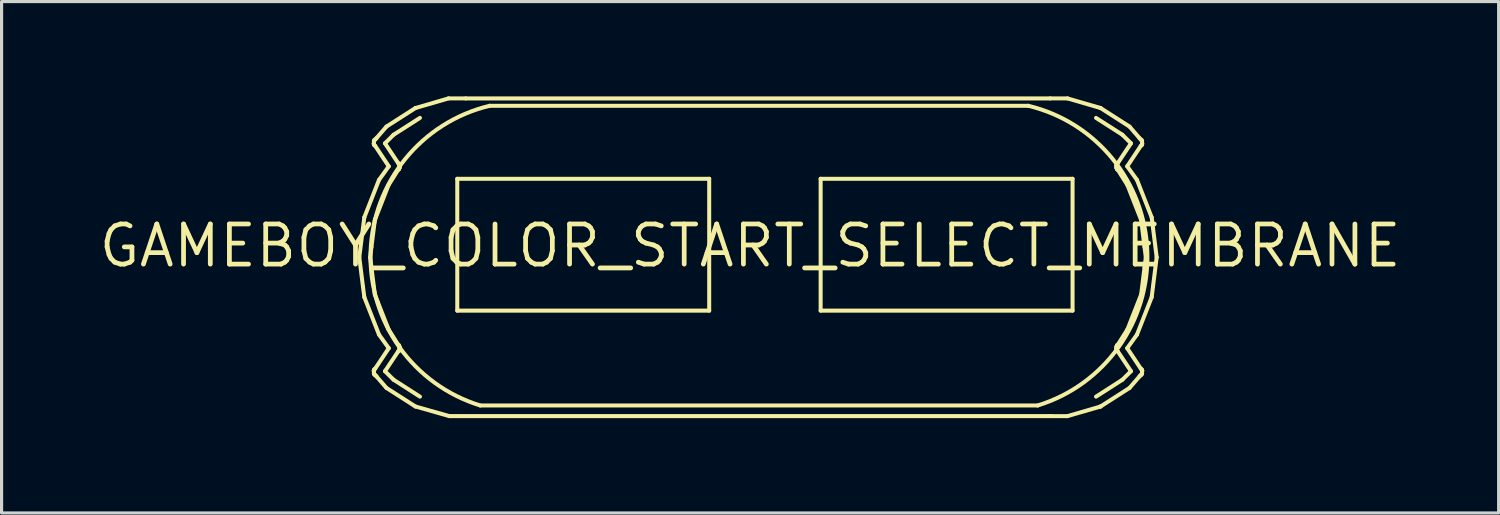
<source format=kicad_pcb>
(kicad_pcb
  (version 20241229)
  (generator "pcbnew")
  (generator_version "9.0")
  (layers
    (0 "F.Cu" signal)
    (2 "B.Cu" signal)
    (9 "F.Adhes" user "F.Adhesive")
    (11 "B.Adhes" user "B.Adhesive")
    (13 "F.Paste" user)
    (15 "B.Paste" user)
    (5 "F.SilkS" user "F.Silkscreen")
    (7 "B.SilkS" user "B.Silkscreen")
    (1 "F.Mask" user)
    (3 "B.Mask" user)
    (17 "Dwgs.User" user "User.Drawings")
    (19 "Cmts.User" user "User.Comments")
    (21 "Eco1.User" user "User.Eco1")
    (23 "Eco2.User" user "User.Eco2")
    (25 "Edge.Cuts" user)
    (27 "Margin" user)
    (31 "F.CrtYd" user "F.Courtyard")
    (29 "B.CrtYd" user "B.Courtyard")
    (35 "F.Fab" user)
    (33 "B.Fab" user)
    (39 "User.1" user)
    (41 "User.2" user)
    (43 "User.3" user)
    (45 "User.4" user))
  (footprint "GAMEBOY_COLOR_START_SELECT_MEMBRANE"
    (layer "F.Cu")
    (at 20.69 4.729)
    (property "Reference" "GAMEBOY_COLOR_START_SELECT_MEMBRANE" (at 0 0 0) (layer "F.SilkS") (effects (font (size 1.27 1.27) (thickness 0.15))))
    (fp_line (start -12.369 0.363) (end -12.253 -0.562) (stroke (width 0.127) (type solid)) (layer "F.SilkS"))
    (fp_line (start -12.253 -0.562) (end -12.21 -0.9) (stroke (width 0.127) (type solid)) (layer "F.SilkS"))
    (fp_line (start -12.253 1.288) (end -12.369 0.363) (stroke (width 0.127) (type solid)) (layer "F.SilkS"))
    (fp_line (start -12.21 -0.9) (end -11.746 -2.084) (stroke (width 0.127) (type solid)) (layer "F.SilkS"))
    (fp_line (start -12.21 1.626) (end -12.253 1.288) (stroke (width 0.127) (type solid)) (layer "F.SilkS"))
    (fp_line (start -12.025 0.363) (end -11.984 0.688) (stroke (width 0.127) (type solid)) (layer "F.SilkS"))
    (fp_line (start -11.984 0.038) (end -12.025 0.363) (stroke (width 0.127) (type solid)) (layer "F.SilkS"))
    (fp_line (start -11.984 0.688) (end -11.877 1.541) (stroke (width 0.127) (type solid)) (layer "F.SilkS"))
    (fp_line (start -11.912 -3.23) (end -11.904 -3.272) (stroke (width 0.127) (type solid)) (layer "F.SilkS"))
    (fp_line (start -11.912 3.956) (end -11.9 3.937) (stroke (width 0.127) (type solid)) (layer "F.SilkS"))
    (fp_line (start -11.907 -3.314) (end -11.892 -3.331) (stroke (width 0.127) (type solid)) (layer "F.SilkS"))
    (fp_line (start -11.907 4.04) (end -11.904 3.998) (stroke (width 0.127) (type solid)) (layer "F.SilkS"))
    (fp_line (start -11.904 -3.272) (end -11.907 -3.314) (stroke (width 0.127) (type solid)) (layer "F.SilkS"))
    (fp_line (start -11.904 3.998) (end -11.912 3.956) (stroke (width 0.127) (type solid)) (layer "F.SilkS"))
    (fp_line (start -11.9 -3.211) (end -11.912 -3.23) (stroke (width 0.127) (type solid)) (layer "F.SilkS"))
    (fp_line (start -11.9 3.937) (end -11.898 3.914) (stroke (width 0.127) (type solid)) (layer "F.SilkS"))
    (fp_line (start -11.898 -3.188) (end -11.9 -3.211) (stroke (width 0.127) (type solid)) (layer "F.SilkS"))
    (fp_line (start -11.898 3.914) (end -11.866 3.887) (stroke (width 0.127) (type solid)) (layer "F.SilkS"))
    (fp_line (start -11.892 -3.331) (end -11.888 -3.353) (stroke (width 0.127) (type solid)) (layer "F.SilkS"))
    (fp_line (start -11.892 4.057) (end -11.907 4.04) (stroke (width 0.127) (type solid)) (layer "F.SilkS"))
    (fp_line (start -11.888 -3.353) (end -11.852 -3.377) (stroke (width 0.127) (type solid)) (layer "F.SilkS"))
    (fp_line (start -11.888 4.08) (end -11.892 4.057) (stroke (width 0.127) (type solid)) (layer "F.SilkS"))
    (fp_line (start -11.877 -0.815) (end -11.984 0.038) (stroke (width 0.127) (type solid)) (layer "F.SilkS"))
    (fp_line (start -11.877 1.541) (end -11.78 1.788) (stroke (width 0.127) (type solid)) (layer "F.SilkS"))
    (fp_line (start -11.866 -3.161) (end -11.898 -3.188) (stroke (width 0.127) (type solid)) (layer "F.SilkS"))
    (fp_line (start -11.866 3.887) (end -11.436 3.241) (stroke (width 0.127) (type solid)) (layer "F.SilkS"))
    (fp_line (start -11.852 -3.377) (end -11.822 -3.412) (stroke (width 0.127) (type solid)) (layer "F.SilkS"))
    (fp_line (start -11.852 4.103) (end -11.888 4.08) (stroke (width 0.127) (type solid)) (layer "F.SilkS"))
    (fp_line (start -11.822 -3.412) (end -11.509 -3.773) (stroke (width 0.127) (type solid)) (layer "F.SilkS"))
    (fp_line (start -11.822 4.138) (end -11.852 4.103) (stroke (width 0.127) (type solid)) (layer "F.SilkS"))
    (fp_line (start -11.78 1.788) (end -11.486 2.538) (stroke (width 0.127) (type solid)) (layer "F.SilkS"))
    (fp_line (start -11.746 -2.084) (end -11.436 -2.515) (stroke (width 0.127) (type solid)) (layer "F.SilkS"))
    (fp_line (start -11.746 2.81) (end -12.21 1.626) (stroke (width 0.127) (type solid)) (layer "F.SilkS"))
    (fp_line (start -11.556 -3.243) (end -11.14 -2.619) (stroke (width 0.127) (type solid)) (layer "F.SilkS"))
    (fp_line (start -11.556 3.969) (end -11.284 4.239) (stroke (width 0.127) (type solid)) (layer "F.SilkS"))
    (fp_line (start -11.509 -3.773) (end -10.591 -4.361) (stroke (width 0.127) (type solid)) (layer "F.SilkS"))
    (fp_line (start -11.509 4.499) (end -11.822 4.138) (stroke (width 0.127) (type solid)) (layer "F.SilkS"))
    (fp_line (start -11.486 2.538) (end -11.444 2.646) (stroke (width 0.127) (type solid)) (layer "F.SilkS"))
    (fp_line (start -11.444 -1.92) (end -11.877 -0.815) (stroke (width 0.127) (type solid)) (layer "F.SilkS"))
    (fp_line (start -11.444 2.646) (end -11.14 3.129) (stroke (width 0.127) (type solid)) (layer "F.SilkS"))
    (fp_line (start -11.436 -2.515) (end -11.866 -3.161) (stroke (width 0.127) (type solid)) (layer "F.SilkS"))
    (fp_line (start -11.436 3.241) (end -11.746 2.81) (stroke (width 0.127) (type solid)) (layer "F.SilkS"))
    (fp_line (start -11.284 -3.514) (end -11.556 -3.243) (stroke (width 0.127) (type solid)) (layer "F.SilkS"))
    (fp_line (start -11.284 4.239) (end -10.449 4.774) (stroke (width 0.127) (type solid)) (layer "F.SilkS"))
    (fp_line (start -11.14 -2.403) (end -11.444 -1.92) (stroke (width 0.127) (type solid)) (layer "F.SilkS"))
    (fp_line (start -11.14 3.129) (end -11.114 3.147) (stroke (width 0.127) (type solid)) (layer "F.SilkS"))
    (fp_line (start -11.14 -2.619) (end -11.111 -2.599) (stroke (width 0.127) (type solid)) (layer "F.SilkS"))
    (fp_line (start -11.14 3.345) (end -11.556 3.969) (stroke (width 0.127) (type solid)) (layer "F.SilkS"))
    (fp_line (start -11.114 -2.42) (end -11.14 -2.403) (stroke (width 0.127) (type solid)) (layer "F.SilkS"))
    (fp_line (start -11.114 3.147) (end -11.108 3.176) (stroke (width 0.127) (type solid)) (layer "F.SilkS"))
    (fp_line (start -11.111 -2.599) (end -11.106 -2.569) (stroke (width 0.127) (type solid)) (layer "F.SilkS"))
    (fp_line (start -11.111 3.325) (end -11.14 3.345) (stroke (width 0.127) (type solid)) (layer "F.SilkS"))
    (fp_line (start -11.108 -2.45) (end -11.114 -2.42) (stroke (width 0.127) (type solid)) (layer "F.SilkS"))
    (fp_line (start -11.108 3.176) (end -11.091 3.2) (stroke (width 0.127) (type solid)) (layer "F.SilkS"))
    (fp_line (start -11.106 -2.569) (end -11.09 -2.544) (stroke (width 0.127) (type solid)) (layer "F.SilkS"))
    (fp_line (start -11.106 3.295) (end -11.111 3.325) (stroke (width 0.127) (type solid)) (layer "F.SilkS"))
    (fp_line (start -11.097 -2.509) (end -11.091 -2.474) (stroke (width 0.127) (type solid)) (layer "F.SilkS"))
    (fp_line (start -11.097 3.235) (end -11.09 3.27) (stroke (width 0.127) (type solid)) (layer "F.SilkS"))
    (fp_line (start -11.091 -2.474) (end -11.108 -2.45) (stroke (width 0.127) (type solid)) (layer "F.SilkS"))
    (fp_line (start -11.091 3.2) (end -11.097 3.235) (stroke (width 0.127) (type solid)) (layer "F.SilkS"))
    (fp_line (start -11.09 -2.544) (end -11.097 -2.509) (stroke (width 0.127) (type solid)) (layer "F.SilkS"))
    (fp_line (start -11.09 3.27) (end -11.106 3.295) (stroke (width 0.127) (type solid)) (layer "F.SilkS"))
    (fp_line (start -10.592 5.086) (end -11.509 4.499) (stroke (width 0.127) (type solid)) (layer "F.SilkS"))
    (fp_line (start -10.592 5.086) (end -9.521 5.39) (stroke (width 0.127) (type solid)) (layer "F.SilkS"))
    (fp_line (start -10.591 -4.361) (end -10.586 -4.362) (stroke (width 0.127) (type solid)) (layer "F.SilkS"))
    (fp_line (start -10.586 -4.362) (end -9.545 -4.665) (stroke (width 0.127) (type solid)) (layer "F.SilkS"))
    (fp_line (start -10.449 -4.048) (end -11.284 -3.514) (stroke (width 0.127) (type solid)) (layer "F.SilkS"))
    (fp_line (start -9.545 -4.665) (end -9.001 -4.664) (stroke (width 0.127) (type solid)) (layer "F.SilkS"))
    (fp_line (start -9.268 -2.121) (end -1.295 -2.121) (stroke (width 0.127) (type solid)) (layer "F.SilkS"))
    (fp_line (start -9.268 2.052) (end -9.268 -2.121) (stroke (width 0.127) (type solid)) (layer "F.SilkS"))
    (fp_line (start -9.001 -4.664) (end 9.499 -4.664) (stroke (width 0.127) (type solid)) (layer "F.SilkS"))
    (fp_line (start -8.244 -4.431) (end 8.804 -4.431) (stroke (width 0.127) (type solid)) (layer "F.SilkS"))
    (fp_line (start -1.295 -2.121) (end -1.295 2.052) (stroke (width 0.127) (type solid)) (layer "F.SilkS"))
    (fp_line (start -1.295 2.052) (end -9.268 2.052) (stroke (width 0.127) (type solid)) (layer "F.SilkS"))
    (fp_line (start 2.232 -2.121) (end 10.205 -2.121) (stroke (width 0.127) (type solid)) (layer "F.SilkS"))
    (fp_line (start 2.232 2.052) (end 2.232 -2.121) (stroke (width 0.127) (type solid)) (layer "F.SilkS"))
    (fp_line (start 9.101 5.054) (end -8.541 5.054) (stroke (width 0.127) (type solid)) (layer "F.SilkS"))
    (fp_line (start 9.499 -4.664) (end 10.043 -4.665) (stroke (width 0.127) (type solid)) (layer "F.SilkS"))
    (fp_line (start 9.499 5.39) (end -9.521 5.39) (stroke (width 0.127) (type solid)) (layer "F.SilkS"))
    (fp_line (start 10.043 -4.665) (end 11.085 -4.362) (stroke (width 0.127) (type solid)) (layer "F.SilkS"))
    (fp_line (start 10.043 5.391) (end 9.499 5.39) (stroke (width 0.127) (type solid)) (layer "F.SilkS"))
    (fp_line (start 10.205 -2.121) (end 10.205 2.052) (stroke (width 0.127) (type solid)) (layer "F.SilkS"))
    (fp_line (start 10.205 2.052) (end 2.232 2.052) (stroke (width 0.127) (type solid)) (layer "F.SilkS"))
    (fp_line (start 10.947 4.774) (end 11.782 4.239) (stroke (width 0.127) (type solid)) (layer "F.SilkS"))
    (fp_line (start 11.085 -4.362) (end 11.089 -4.361) (stroke (width 0.127) (type solid)) (layer "F.SilkS"))
    (fp_line (start 11.085 5.088) (end 10.043 5.391) (stroke (width 0.127) (type solid)) (layer "F.SilkS"))
    (fp_line (start 11.089 -4.361) (end 12.007 -3.773) (stroke (width 0.127) (type solid)) (layer "F.SilkS"))
    (fp_line (start 11.089 5.087) (end 11.085 5.088) (stroke (width 0.127) (type solid)) (layer "F.SilkS"))
    (fp_line (start 11.588 -2.544) (end 11.604 -2.569) (stroke (width 0.127) (type solid)) (layer "F.SilkS"))
    (fp_line (start 11.588 3.27) (end 11.595 3.235) (stroke (width 0.127) (type solid)) (layer "F.SilkS"))
    (fp_line (start 11.589 -2.474) (end 11.595 -2.509) (stroke (width 0.127) (type solid)) (layer "F.SilkS"))
    (fp_line (start 11.589 3.2) (end 11.606 3.176) (stroke (width 0.127) (type solid)) (layer "F.SilkS"))
    (fp_line (start 11.595 -2.509) (end 11.588 -2.544) (stroke (width 0.127) (type solid)) (layer "F.SilkS"))
    (fp_line (start 11.595 3.235) (end 11.589 3.2) (stroke (width 0.127) (type solid)) (layer "F.SilkS"))
    (fp_line (start 11.604 -2.569) (end 11.609 -2.599) (stroke (width 0.127) (type solid)) (layer "F.SilkS"))
    (fp_line (start 11.604 3.295) (end 11.588 3.27) (stroke (width 0.127) (type solid)) (layer "F.SilkS"))
    (fp_line (start 11.606 -2.45) (end 11.589 -2.474) (stroke (width 0.127) (type solid)) (layer "F.SilkS"))
    (fp_line (start 11.606 3.176) (end 11.612 3.147) (stroke (width 0.127) (type solid)) (layer "F.SilkS"))
    (fp_line (start 11.609 -2.599) (end 11.638 -2.619) (stroke (width 0.127) (type solid)) (layer "F.SilkS"))
    (fp_line (start 11.609 3.325) (end 11.604 3.295) (stroke (width 0.127) (type solid)) (layer "F.SilkS"))
    (fp_line (start 11.612 -2.42) (end 11.606 -2.45) (stroke (width 0.127) (type solid)) (layer "F.SilkS"))
    (fp_line (start 11.612 3.147) (end 11.638 3.129) (stroke (width 0.127) (type solid)) (layer "F.SilkS"))
    (fp_line (start 11.638 -2.619) (end 12.054 -3.243) (stroke (width 0.127) (type solid)) (layer "F.SilkS"))
    (fp_line (start 11.638 3.345) (end 11.609 3.325) (stroke (width 0.127) (type solid)) (layer "F.SilkS"))
    (fp_line (start 11.638 -2.403) (end 11.612 -2.42) (stroke (width 0.127) (type solid)) (layer "F.SilkS"))
    (fp_line (start 11.638 3.129) (end 11.942 2.646) (stroke (width 0.127) (type solid)) (layer "F.SilkS"))
    (fp_line (start 11.782 -3.514) (end 10.947 -4.048) (stroke (width 0.127) (type solid)) (layer "F.SilkS"))
    (fp_line (start 11.782 4.239) (end 12.054 3.969) (stroke (width 0.127) (type solid)) (layer "F.SilkS"))
    (fp_line (start 11.934 -2.515) (end 12.244 -2.084) (stroke (width 0.127) (type solid)) (layer "F.SilkS"))
    (fp_line (start 11.934 3.241) (end 12.364 3.887) (stroke (width 0.127) (type solid)) (layer "F.SilkS"))
    (fp_line (start 11.942 -1.92) (end 11.638 -2.403) (stroke (width 0.127) (type solid)) (layer "F.SilkS"))
    (fp_line (start 11.942 2.646) (end 12.376 1.541) (stroke (width 0.127) (type solid)) (layer "F.SilkS"))
    (fp_line (start 12.007 -3.773) (end 12.32 -3.412) (stroke (width 0.127) (type solid)) (layer "F.SilkS"))
    (fp_line (start 12.007 4.499) (end 11.089 5.087) (stroke (width 0.127) (type solid)) (layer "F.SilkS"))
    (fp_line (start 12.054 -3.243) (end 11.782 -3.514) (stroke (width 0.127) (type solid)) (layer "F.SilkS"))
    (fp_line (start 12.054 3.969) (end 11.638 3.345) (stroke (width 0.127) (type solid)) (layer "F.SilkS"))
    (fp_line (start 12.244 -2.084) (end 12.709 -0.9) (stroke (width 0.127) (type solid)) (layer "F.SilkS"))
    (fp_line (start 12.244 2.81) (end 11.934 3.241) (stroke (width 0.127) (type solid)) (layer "F.SilkS"))
    (fp_line (start 12.32 -3.412) (end 12.35 -3.377) (stroke (width 0.127) (type solid)) (layer "F.SilkS"))
    (fp_line (start 12.32 4.138) (end 12.007 4.499) (stroke (width 0.127) (type solid)) (layer "F.SilkS"))
    (fp_line (start 12.35 -3.377) (end 12.386 -3.353) (stroke (width 0.127) (type solid)) (layer "F.SilkS"))
    (fp_line (start 12.35 4.103) (end 12.32 4.138) (stroke (width 0.127) (type solid)) (layer "F.SilkS"))
    (fp_line (start 12.364 -3.161) (end 11.934 -2.515) (stroke (width 0.127) (type solid)) (layer "F.SilkS"))
    (fp_line (start 12.364 3.887) (end 12.396 3.914) (stroke (width 0.127) (type solid)) (layer "F.SilkS"))
    (fp_line (start 12.376 -0.815) (end 11.942 -1.92) (stroke (width 0.127) (type solid)) (layer "F.SilkS"))
    (fp_line (start 12.376 1.541) (end 12.482 0.688) (stroke (width 0.127) (type solid)) (layer "F.SilkS"))
    (fp_line (start 12.386 -3.353) (end 12.39 -3.331) (stroke (width 0.127) (type solid)) (layer "F.SilkS"))
    (fp_line (start 12.386 4.08) (end 12.35 4.103) (stroke (width 0.127) (type solid)) (layer "F.SilkS"))
    (fp_line (start 12.39 -3.331) (end 12.405 -3.314) (stroke (width 0.127) (type solid)) (layer "F.SilkS"))
    (fp_line (start 12.39 4.057) (end 12.386 4.08) (stroke (width 0.127) (type solid)) (layer "F.SilkS"))
    (fp_line (start 12.396 -3.188) (end 12.364 -3.161) (stroke (width 0.127) (type solid)) (layer "F.SilkS"))
    (fp_line (start 12.396 3.914) (end 12.398 3.937) (stroke (width 0.127) (type solid)) (layer "F.SilkS"))
    (fp_line (start 12.398 -3.211) (end 12.396 -3.188) (stroke (width 0.127) (type solid)) (layer "F.SilkS"))
    (fp_line (start 12.398 3.937) (end 12.41 3.956) (stroke (width 0.127) (type solid)) (layer "F.SilkS"))
    (fp_line (start 12.402 -3.272) (end 12.41 -3.23) (stroke (width 0.127) (type solid)) (layer "F.SilkS"))
    (fp_line (start 12.402 3.998) (end 12.405 4.04) (stroke (width 0.127) (type solid)) (layer "F.SilkS"))
    (fp_line (start 12.405 -3.314) (end 12.402 -3.272) (stroke (width 0.127) (type solid)) (layer "F.SilkS"))
    (fp_line (start 12.405 4.04) (end 12.39 4.057) (stroke (width 0.127) (type solid)) (layer "F.SilkS"))
    (fp_line (start 12.41 -3.23) (end 12.398 -3.211) (stroke (width 0.127) (type solid)) (layer "F.SilkS"))
    (fp_line (start 12.41 3.956) (end 12.402 3.998) (stroke (width 0.127) (type solid)) (layer "F.SilkS"))
    (fp_line (start 12.482 0.038) (end 12.376 -0.815) (stroke (width 0.127) (type solid)) (layer "F.SilkS"))
    (fp_line (start 12.482 0.688) (end 12.523 0.363) (stroke (width 0.127) (type solid)) (layer "F.SilkS"))
    (fp_line (start 12.523 0.363) (end 12.482 0.038) (stroke (width 0.127) (type solid)) (layer "F.SilkS"))
    (fp_line (start 12.709 -0.9) (end 12.751 -0.562) (stroke (width 0.127) (type solid)) (layer "F.SilkS"))
    (fp_line (start 12.709 1.626) (end 12.244 2.81) (stroke (width 0.127) (type solid)) (layer "F.SilkS"))
    (fp_line (start 12.751 -0.562) (end 12.867 0.363) (stroke (width 0.127) (type solid)) (layer "F.SilkS"))
    (fp_line (start 12.751 1.288) (end 12.709 1.626) (stroke (width 0.127) (type solid)) (layer "F.SilkS"))
    (fp_line (start 12.867 0.363) (end 12.751 1.288) (stroke (width 0.127) (type solid)) (layer "F.SilkS"))
    (fp_arc (start -8.541409 5.053681) (mid -12.011849 0.197675) (end -8.243708 -4.431133) (stroke (width 0.127) (type solid)) (layer "F.SilkS"))
    (fp_arc (start 8.803709 -4.431131) (mid 12.571848 0.197676) (end 9.101408 5.05368) (stroke (width 0.127) (type solid)) (layer "F.SilkS")))
  (gr_rect
    (start -3 -3)
    (end 44.38 13.184)
    (stroke (width 0.1) (type default))
    (fill no)
    (layer "Edge.Cuts")))
</source>
